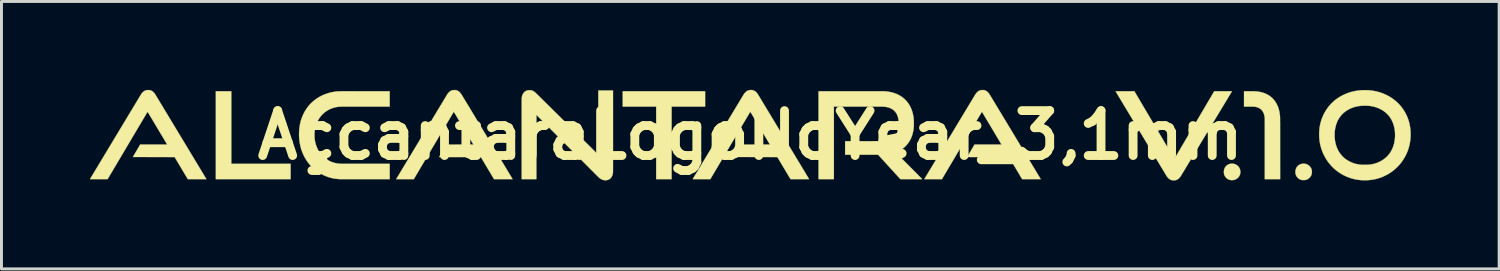
<source format=kicad_pcb>
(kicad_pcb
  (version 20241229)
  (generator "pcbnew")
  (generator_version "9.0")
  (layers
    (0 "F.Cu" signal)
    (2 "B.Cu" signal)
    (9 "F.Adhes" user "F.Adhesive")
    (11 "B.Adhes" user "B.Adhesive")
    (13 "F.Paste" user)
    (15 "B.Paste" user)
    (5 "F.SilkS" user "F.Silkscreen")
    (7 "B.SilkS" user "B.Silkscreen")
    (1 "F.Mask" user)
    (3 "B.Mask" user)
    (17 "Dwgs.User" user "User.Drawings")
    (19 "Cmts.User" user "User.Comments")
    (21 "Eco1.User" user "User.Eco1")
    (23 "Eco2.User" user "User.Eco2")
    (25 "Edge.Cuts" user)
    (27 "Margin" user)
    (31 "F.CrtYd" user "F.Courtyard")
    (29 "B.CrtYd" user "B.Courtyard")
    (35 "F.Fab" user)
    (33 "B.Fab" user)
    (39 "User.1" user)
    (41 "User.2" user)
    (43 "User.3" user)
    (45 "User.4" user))
  (footprint "AçcantaraLogoNoYear_3,1mm"
    (layer "F.Cu")
    (at 22.411 1.538)
    (property "Reference" "AçcantaraLogoNoYear_3,1mm" (at 0 0 0) (layer "F.SilkS") (effects (font (size 1.524 1.524) (thickness 0.3))))
    (attr through_hole)
    (fp_poly (pts (xy -17.613 0.971) (xy -15.6 0.971) (xy -15.6 1.491) (xy -18.136 1.491) (xy -18.136 -1.491) (xy -17.613 -1.491) (xy -17.613 0.971)) (stroke (width 0.01) (type solid)) (fill yes) (layer "F.SilkS"))
    (fp_poly (pts (xy -1.534 -0.971) (xy -2.103 -0.971) (xy -2.671 -0.97) (xy -2.671 0.26) (xy -2.671 1.491) (xy -3.193 1.491) (xy -3.193 -0.971) (xy -4.328 -0.971) (xy -4.328 -1.491) (xy -1.534 -1.491) (xy -1.534 -0.971)) (stroke (width 0.01) (type solid)) (fill yes) (layer "F.SilkS"))
    (fp_poly (pts (xy 16.378 0.968) (xy 16.408 0.973) (xy 16.434 0.979) (xy 16.46 0.989) (xy 16.484 1) (xy 16.507 1.015) (xy 16.529 1.031) (xy 16.549 1.049) (xy 16.568 1.069) (xy 16.584 1.091) (xy 16.598 1.114) (xy 16.609 1.138) (xy 16.615 1.153) (xy 16.622 1.18) (xy 16.627 1.208) (xy 16.629 1.236) (xy 16.629 1.265) (xy 16.626 1.293) (xy 16.62 1.321) (xy 16.616 1.336) (xy 16.612 1.346) (xy 16.607 1.359) (xy 16.6 1.372) (xy 16.594 1.385) (xy 16.587 1.396) (xy 16.581 1.406) (xy 16.573 1.416) (xy 16.563 1.427) (xy 16.553 1.438) (xy 16.542 1.449) (xy 16.532 1.458) (xy 16.53 1.46) (xy 16.507 1.477) (xy 16.483 1.492) (xy 16.457 1.504) (xy 16.43 1.513) (xy 16.401 1.52) (xy 16.389 1.522) (xy 16.38 1.523) (xy 16.369 1.523) (xy 16.356 1.524) (xy 16.343 1.524) (xy 16.33 1.524) (xy 16.317 1.523) (xy 16.307 1.522) (xy 16.301 1.522) (xy 16.273 1.516) (xy 16.246 1.508) (xy 16.22 1.497) (xy 16.196 1.484) (xy 16.174 1.468) (xy 16.153 1.449) (xy 16.151 1.447) (xy 16.131 1.426) (xy 16.115 1.403) (xy 16.1 1.379) (xy 16.089 1.353) (xy 16.08 1.326) (xy 16.074 1.298) (xy 16.071 1.269) (xy 16.071 1.266) (xy 16.071 1.235) (xy 16.073 1.205) (xy 16.078 1.176) (xy 16.085 1.149) (xy 16.095 1.123) (xy 16.108 1.098) (xy 16.124 1.075) (xy 16.142 1.054) (xy 16.162 1.033) (xy 16.169 1.027) (xy 16.191 1.011) (xy 16.214 0.997) (xy 16.239 0.986) (xy 16.265 0.977) (xy 16.292 0.971) (xy 16.32 0.968) (xy 16.349 0.967) (xy 16.378 0.968)) (stroke (width 0.01) (type solid)) (fill yes) (layer "F.SilkS"))
    (fp_poly (pts (xy 18.799 0.968) (xy 18.828 0.971) (xy 18.836 0.973) (xy 18.862 0.979) (xy 18.888 0.989) (xy 18.912 1) (xy 18.935 1.014) (xy 18.957 1.031) (xy 18.977 1.049) (xy 18.995 1.069) (xy 19.012 1.09) (xy 19.026 1.113) (xy 19.037 1.137) (xy 19.043 1.154) (xy 19.051 1.181) (xy 19.055 1.209) (xy 19.057 1.238) (xy 19.057 1.267) (xy 19.053 1.295) (xy 19.047 1.323) (xy 19.044 1.336) (xy 19.04 1.346) (xy 19.035 1.359) (xy 19.028 1.372) (xy 19.022 1.385) (xy 19.015 1.396) (xy 19.009 1.406) (xy 19.001 1.416) (xy 18.991 1.427) (xy 18.981 1.438) (xy 18.97 1.449) (xy 18.96 1.458) (xy 18.958 1.46) (xy 18.935 1.477) (xy 18.911 1.492) (xy 18.885 1.504) (xy 18.857 1.513) (xy 18.835 1.519) (xy 18.829 1.52) (xy 18.823 1.521) (xy 18.817 1.522) (xy 18.811 1.522) (xy 18.804 1.523) (xy 18.795 1.523) (xy 18.784 1.523) (xy 18.78 1.523) (xy 18.765 1.523) (xy 18.753 1.523) (xy 18.744 1.523) (xy 18.736 1.523) (xy 18.729 1.522) (xy 18.729 1.522) (xy 18.7 1.516) (xy 18.673 1.508) (xy 18.648 1.497) (xy 18.624 1.484) (xy 18.602 1.468) (xy 18.582 1.45) (xy 18.562 1.429) (xy 18.545 1.406) (xy 18.53 1.382) (xy 18.518 1.357) (xy 18.509 1.33) (xy 18.503 1.302) (xy 18.5 1.285) (xy 18.499 1.276) (xy 18.499 1.265) (xy 18.499 1.252) (xy 18.499 1.239) (xy 18.499 1.226) (xy 18.5 1.214) (xy 18.501 1.204) (xy 18.501 1.201) (xy 18.506 1.173) (xy 18.514 1.147) (xy 18.524 1.122) (xy 18.537 1.098) (xy 18.549 1.079) (xy 18.556 1.07) (xy 18.564 1.06) (xy 18.574 1.05) (xy 18.585 1.039) (xy 18.595 1.03) (xy 18.605 1.021) (xy 18.612 1.016) (xy 18.635 1.001) (xy 18.66 0.989) (xy 18.686 0.98) (xy 18.713 0.973) (xy 18.741 0.968) (xy 18.769 0.967) (xy 18.799 0.968)) (stroke (width 0.01) (type solid)) (fill yes) (layer "F.SilkS"))
    (fp_poly (pts (xy 16.926 -1.491) (xy 16.956 -1.491) (xy 16.984 -1.491) (xy 17.009 -1.491) (xy 17.032 -1.491) (xy 17.053 -1.491) (xy 17.072 -1.49) (xy 17.089 -1.49) (xy 17.105 -1.49) (xy 17.119 -1.489) (xy 17.132 -1.489) (xy 17.144 -1.488) (xy 17.156 -1.487) (xy 17.167 -1.487) (xy 17.178 -1.486) (xy 17.188 -1.485) (xy 17.199 -1.483) (xy 17.21 -1.482) (xy 17.222 -1.48) (xy 17.232 -1.479) (xy 17.284 -1.47) (xy 17.334 -1.46) (xy 17.383 -1.447) (xy 17.43 -1.431) (xy 17.476 -1.414) (xy 17.519 -1.394) (xy 17.561 -1.372) (xy 17.601 -1.348) (xy 17.639 -1.322) (xy 17.641 -1.32) (xy 17.658 -1.307) (xy 17.677 -1.291) (xy 17.695 -1.275) (xy 17.714 -1.257) (xy 17.732 -1.24) (xy 17.748 -1.222) (xy 17.763 -1.206) (xy 17.768 -1.2) (xy 17.798 -1.162) (xy 17.825 -1.122) (xy 17.85 -1.081) (xy 17.873 -1.038) (xy 17.894 -0.993) (xy 17.912 -0.946) (xy 17.928 -0.897) (xy 17.942 -0.847) (xy 17.953 -0.794) (xy 17.963 -0.74) (xy 17.969 -0.696) (xy 17.969 -0.691) (xy 17.97 -0.687) (xy 17.971 -0.683) (xy 17.971 -0.679) (xy 17.971 -0.676) (xy 17.972 -0.672) (xy 17.972 -0.668) (xy 17.973 -0.665) (xy 17.973 -0.661) (xy 17.974 -0.657) (xy 17.974 -0.653) (xy 17.974 -0.649) (xy 17.975 -0.644) (xy 17.975 -0.639) (xy 17.975 -0.633) (xy 17.975 -0.626) (xy 17.976 -0.619) (xy 17.976 -0.611) (xy 17.976 -0.603) (xy 17.976 -0.594) (xy 17.976 -0.583) (xy 17.977 -0.572) (xy 17.977 -0.559) (xy 17.977 -0.546) (xy 17.977 -0.531) (xy 17.977 -0.515) (xy 17.977 -0.498) (xy 17.977 -0.479) (xy 17.977 -0.459) (xy 17.978 -0.437) (xy 17.978 -0.414) (xy 17.978 -0.389) (xy 17.978 -0.362) (xy 17.978 -0.333) (xy 17.978 -0.303) (xy 17.978 -0.27) (xy 17.978 -0.236) (xy 17.978 -0.199) (xy 17.978 -0.16) (xy 17.978 -0.119) (xy 17.978 -0.076) (xy 17.978 -0.031) (xy 17.978 0.017) (xy 17.978 0.068) (xy 17.978 0.121) (xy 17.978 0.177) (xy 17.978 0.235) (xy 17.978 0.296) (xy 17.978 0.36) (xy 17.978 0.427) (xy 17.978 0.443) (xy 17.979 1.491) (xy 17.46 1.491) (xy 17.46 0.468) (xy 17.46 0.394) (xy 17.46 0.322) (xy 17.46 0.253) (xy 17.46 0.187) (xy 17.46 0.124) (xy 17.46 0.063) (xy 17.46 0.005) (xy 17.46 -0.051) (xy 17.46 -0.104) (xy 17.46 -0.154) (xy 17.46 -0.201) (xy 17.46 -0.246) (xy 17.46 -0.288) (xy 17.46 -0.327) (xy 17.46 -0.363) (xy 17.46 -0.397) (xy 17.46 -0.427) (xy 17.46 -0.455) (xy 17.459 -0.48) (xy 17.459 -0.502) (xy 17.459 -0.521) (xy 17.459 -0.538) (xy 17.459 -0.551) (xy 17.459 -0.561) (xy 17.459 -0.569) (xy 17.459 -0.573) (xy 17.459 -0.575) (xy 17.455 -0.615) (xy 17.448 -0.653) (xy 17.44 -0.688) (xy 17.43 -0.722) (xy 17.418 -0.753) (xy 17.404 -0.782) (xy 17.4 -0.79) (xy 17.382 -0.818) (xy 17.363 -0.843) (xy 17.342 -0.866) (xy 17.318 -0.887) (xy 17.293 -0.905) (xy 17.266 -0.921) (xy 17.238 -0.935) (xy 17.207 -0.947) (xy 17.174 -0.956) (xy 17.139 -0.963) (xy 17.12 -0.966) (xy 17.113 -0.967) (xy 17.106 -0.967) (xy 17.099 -0.968) (xy 17.091 -0.969) (xy 17.082 -0.969) (xy 17.072 -0.97) (xy 17.061 -0.97) (xy 17.048 -0.97) (xy 17.034 -0.971) (xy 17.018 -0.971) (xy 17 -0.971) (xy 16.98 -0.971) (xy 16.957 -0.971) (xy 16.932 -0.971) (xy 16.905 -0.971) (xy 16.903 -0.971) (xy 16.754 -0.971) (xy 16.754 -1.491) (xy 16.926 -1.491)) (stroke (width 0.01) (type solid)) (fill yes) (layer "F.SilkS"))
    (fp_poly (pts (xy 0.036 -1.533) (xy 0.063 -1.53) (xy 0.089 -1.525) (xy 0.106 -1.519) (xy 0.127 -1.511) (xy 0.147 -1.5) (xy 0.167 -1.487) (xy 0.187 -1.471) (xy 0.206 -1.453) (xy 0.224 -1.432) (xy 0.242 -1.41) (xy 0.251 -1.397) (xy 0.252 -1.395) (xy 0.255 -1.391) (xy 0.259 -1.384) (xy 0.264 -1.375) (xy 0.271 -1.364) (xy 0.279 -1.35) (xy 0.289 -1.335) (xy 0.3 -1.317) (xy 0.312 -1.297) (xy 0.325 -1.275) (xy 0.339 -1.251) (xy 0.355 -1.226) (xy 0.371 -1.198) (xy 0.389 -1.169) (xy 0.408 -1.138) (xy 0.427 -1.106) (xy 0.448 -1.072) (xy 0.469 -1.036) (xy 0.492 -0.999) (xy 0.515 -0.961) (xy 0.539 -0.921) (xy 0.563 -0.881) (xy 0.589 -0.839) (xy 0.615 -0.795) (xy 0.642 -0.751) (xy 0.669 -0.706) (xy 0.697 -0.66) (xy 0.725 -0.613) (xy 0.754 -0.565) (xy 0.783 -0.517) (xy 0.813 -0.467) (xy 0.843 -0.417) (xy 0.874 -0.367) (xy 0.904 -0.316) (xy 0.935 -0.265) (xy 0.967 -0.213) (xy 0.998 -0.161) (xy 1.029 -0.109) (xy 1.061 -0.056) (xy 1.093 -0.004) (xy 1.125 0.049) (xy 1.156 0.101) (xy 1.188 0.154) (xy 1.22 0.206) (xy 1.251 0.259) (xy 1.283 0.311) (xy 1.314 0.362) (xy 1.345 0.414) (xy 1.376 0.465) (xy 1.406 0.515) (xy 1.436 0.565) (xy 1.466 0.614) (xy 1.495 0.662) (xy 1.524 0.71) (xy 1.552 0.757) (xy 1.58 0.803) (xy 1.607 0.848) (xy 1.634 0.892) (xy 1.66 0.935) (xy 1.685 0.977) (xy 1.71 1.018) (xy 1.734 1.058) (xy 1.757 1.096) (xy 1.779 1.133) (xy 1.8 1.168) (xy 1.821 1.202) (xy 1.84 1.234) (xy 1.859 1.265) (xy 1.876 1.294) (xy 1.893 1.322) (xy 1.908 1.347) (xy 1.922 1.371) (xy 1.936 1.392) (xy 1.947 1.412) (xy 1.958 1.43) (xy 1.967 1.445) (xy 1.975 1.459) (xy 1.982 1.47) (xy 1.987 1.479) (xy 1.991 1.485) (xy 1.994 1.489) (xy 1.995 1.491) (xy 1.995 1.491) (xy 1.993 1.491) (xy 1.989 1.491) (xy 1.982 1.491) (xy 1.972 1.491) (xy 1.96 1.491) (xy 1.946 1.491) (xy 1.929 1.491) (xy 1.911 1.491) (xy 1.89 1.491) (xy 1.868 1.491) (xy 1.844 1.491) (xy 1.819 1.491) (xy 1.793 1.491) (xy 1.765 1.491) (xy 1.736 1.491) (xy 1.706 1.491) (xy 1.68 1.491) (xy 1.365 1.49) (xy 1.142 1.116) (xy 0.918 0.741) (xy -0.498 0.74) (xy -0.375 0.53) (xy -0.251 0.319) (xy 0.207 0.318) (xy 0.666 0.318) (xy 0.334 -0.24) (xy 0.311 -0.278) (xy 0.289 -0.315) (xy 0.267 -0.351) (xy 0.246 -0.387) (xy 0.225 -0.421) (xy 0.205 -0.455) (xy 0.186 -0.487) (xy 0.167 -0.519) (xy 0.149 -0.549) (xy 0.132 -0.578) (xy 0.115 -0.605) (xy 0.1 -0.631) (xy 0.085 -0.656) (xy 0.072 -0.678) (xy 0.059 -0.699) (xy 0.048 -0.719) (xy 0.037 -0.736) (xy 0.028 -0.751) (xy 0.02 -0.765) (xy 0.013 -0.776) (xy 0.008 -0.785) (xy 0.004 -0.792) (xy 0.001 -0.796) (xy 0.000048 -0.798) (xy 0 -0.798) (xy -0.001 -0.796) (xy -0.003 -0.793) (xy -0.007 -0.786) (xy -0.012 -0.778) (xy -0.019 -0.767) (xy -0.026 -0.754) (xy -0.036 -0.738) (xy -0.046 -0.72) (xy -0.058 -0.701) (xy -0.071 -0.679) (xy -0.085 -0.655) (xy -0.1 -0.629) (xy -0.117 -0.602) (xy -0.134 -0.572) (xy -0.153 -0.541) (xy -0.172 -0.508) (xy -0.193 -0.473) (xy -0.214 -0.437) (xy -0.237 -0.4) (xy -0.26 -0.36) (xy -0.284 -0.32) (xy -0.309 -0.278) (xy -0.334 -0.235) (xy -0.361 -0.19) (xy -0.388 -0.145) (xy -0.416 -0.098) (xy -0.444 -0.05) (xy -0.473 -0.001) (xy -0.503 0.049) (xy -0.533 0.1) (xy -0.563 0.151) (xy -0.594 0.204) (xy -0.626 0.257) (xy -0.658 0.31) (xy -0.679 0.347) (xy -1.357 1.491) (xy -1.954 1.491) (xy -1.937 1.463) (xy -1.936 1.461) (xy -1.933 1.456) (xy -1.928 1.448) (xy -1.922 1.438) (xy -1.915 1.426) (xy -1.906 1.412) (xy -1.896 1.395) (xy -1.885 1.376) (xy -1.872 1.355) (xy -1.858 1.332) (xy -1.843 1.307) (xy -1.827 1.28) (xy -1.809 1.251) (xy -1.791 1.22) (xy -1.771 1.187) (xy -1.75 1.152) (xy -1.728 1.116) (xy -1.706 1.078) (xy -1.682 1.039) (xy -1.657 0.998) (xy -1.632 0.955) (xy -1.605 0.911) (xy -1.578 0.866) (xy -1.55 0.819) (xy -1.521 0.771) (xy -1.491 0.722) (xy -1.461 0.672) (xy -1.43 0.62) (xy -1.398 0.568) (xy -1.366 0.514) (xy -1.333 0.46) (xy -1.3 0.404) (xy -1.266 0.348) (xy -1.231 0.291) (xy -1.197 0.233) (xy -1.161 0.174) (xy -1.126 0.115) (xy -1.09 0.055) (xy -1.077 0.034) (xy -1.04 -0.026) (xy -1.005 -0.086) (xy -0.969 -0.144) (xy -0.934 -0.202) (xy -0.9 -0.26) (xy -0.866 -0.316) (xy -0.833 -0.371) (xy -0.8 -0.426) (xy -0.767 -0.48) (xy -0.736 -0.532) (xy -0.705 -0.584) (xy -0.674 -0.635) (xy -0.644 -0.684) (xy -0.616 -0.732) (xy -0.587 -0.779) (xy -0.56 -0.824) (xy -0.533 -0.868) (xy -0.508 -0.911) (xy -0.483 -0.952) (xy -0.459 -0.992) (xy -0.436 -1.03) (xy -0.414 -1.066) (xy -0.393 -1.101) (xy -0.374 -1.133) (xy -0.355 -1.165) (xy -0.337 -1.194) (xy -0.321 -1.221) (xy -0.306 -1.247) (xy -0.291 -1.27) (xy -0.279 -1.291) (xy -0.267 -1.31) (xy -0.257 -1.327) (xy -0.248 -1.342) (xy -0.24 -1.355) (xy -0.234 -1.365) (xy -0.23 -1.373) (xy -0.226 -1.378) (xy -0.225 -1.381) (xy -0.224 -1.381) (xy -0.211 -1.402) (xy -0.196 -1.421) (xy -0.18 -1.44) (xy -0.163 -1.457) (xy -0.145 -1.473) (xy -0.128 -1.487) (xy -0.11 -1.499) (xy -0.093 -1.508) (xy -0.093 -1.508) (xy -0.069 -1.518) (xy -0.044 -1.525) (xy -0.018 -1.53) (xy 0.009 -1.533) (xy 0.036 -1.533)) (stroke (width 0.01) (type solid)) (fill yes) (layer "F.SilkS"))
    (fp_poly (pts (xy -12.238 -0.971) (xy -13.078 -0.971) (xy -13.139 -0.971) (xy -13.196 -0.971) (xy -13.251 -0.971) (xy -13.302 -0.971) (xy -13.351 -0.971) (xy -13.398 -0.971) (xy -13.442 -0.971) (xy -13.483 -0.97) (xy -13.522 -0.97) (xy -13.559 -0.97) (xy -13.593 -0.97) (xy -13.626 -0.97) (xy -13.656 -0.97) (xy -13.684 -0.97) (xy -13.71 -0.97) (xy -13.734 -0.97) (xy -13.757 -0.97) (xy -13.778 -0.97) (xy -13.797 -0.97) (xy -13.815 -0.97) (xy -13.831 -0.97) (xy -13.845 -0.97) (xy -13.859 -0.97) (xy -13.871 -0.97) (xy -13.881 -0.969) (xy -13.891 -0.969) (xy -13.9 -0.969) (xy -13.907 -0.969) (xy -13.914 -0.969) (xy -13.92 -0.969) (xy -13.925 -0.969) (xy -13.929 -0.969) (xy -13.933 -0.968) (xy -13.936 -0.968) (xy -13.939 -0.968) (xy -13.941 -0.968) (xy -13.944 -0.968) (xy -13.944 -0.968) (xy -13.976 -0.964) (xy -14.006 -0.961) (xy -14.035 -0.956) (xy -14.061 -0.951) (xy -14.087 -0.946) (xy -14.113 -0.939) (xy -14.139 -0.932) (xy -14.166 -0.923) (xy -14.17 -0.922) (xy -14.219 -0.904) (xy -14.266 -0.884) (xy -14.311 -0.861) (xy -14.355 -0.836) (xy -14.397 -0.809) (xy -14.438 -0.779) (xy -14.477 -0.747) (xy -14.513 -0.713) (xy -14.548 -0.677) (xy -14.574 -0.647) (xy -14.605 -0.606) (xy -14.634 -0.564) (xy -14.661 -0.519) (xy -14.686 -0.473) (xy -14.708 -0.426) (xy -14.727 -0.377) (xy -14.744 -0.327) (xy -14.757 -0.283) (xy -14.768 -0.234) (xy -14.777 -0.184) (xy -14.784 -0.132) (xy -14.788 -0.08) (xy -14.79 -0.027) (xy -14.79 0.027) (xy -14.787 0.08) (xy -14.782 0.132) (xy -14.775 0.184) (xy -14.77 0.21) (xy -14.759 0.261) (xy -14.745 0.312) (xy -14.728 0.362) (xy -14.709 0.411) (xy -14.688 0.458) (xy -14.664 0.504) (xy -14.638 0.549) (xy -14.61 0.591) (xy -14.581 0.631) (xy -14.564 0.651) (xy -14.53 0.69) (xy -14.495 0.725) (xy -14.457 0.759) (xy -14.417 0.79) (xy -14.375 0.82) (xy -14.332 0.847) (xy -14.286 0.871) (xy -14.285 0.872) (xy -14.241 0.893) (xy -14.197 0.911) (xy -14.152 0.927) (xy -14.107 0.94) (xy -14.061 0.951) (xy -14.013 0.959) (xy -13.965 0.965) (xy -13.914 0.969) (xy -13.906 0.97) (xy -13.902 0.97) (xy -13.895 0.97) (xy -13.885 0.97) (xy -13.872 0.97) (xy -13.856 0.97) (xy -13.838 0.97) (xy -13.816 0.97) (xy -13.792 0.97) (xy -13.765 0.971) (xy -13.735 0.971) (xy -13.703 0.971) (xy -13.668 0.971) (xy -13.63 0.971) (xy -13.59 0.971) (xy -13.547 0.971) (xy -13.502 0.971) (xy -13.454 0.971) (xy -13.403 0.971) (xy -13.35 0.971) (xy -13.295 0.971) (xy -13.237 0.971) (xy -13.177 0.971) (xy -13.115 0.971) (xy -13.056 0.971) (xy -12.238 0.971) (xy -12.238 1.491) (xy -13.083 1.491) (xy -13.133 1.491) (xy -13.183 1.491) (xy -13.232 1.491) (xy -13.28 1.491) (xy -13.327 1.491) (xy -13.373 1.491) (xy -13.418 1.491) (xy -13.461 1.491) (xy -13.504 1.491) (xy -13.545 1.491) (xy -13.584 1.491) (xy -13.622 1.49) (xy -13.659 1.49) (xy -13.693 1.49) (xy -13.726 1.49) (xy -13.757 1.49) (xy -13.786 1.49) (xy -13.813 1.49) (xy -13.838 1.49) (xy -13.86 1.49) (xy -13.881 1.49) (xy -13.898 1.49) (xy -13.914 1.49) (xy -13.926 1.49) (xy -13.936 1.49) (xy -13.944 1.49) (xy -13.948 1.49) (xy -13.949 1.489) (xy -14.008 1.485) (xy -14.066 1.478) (xy -14.124 1.469) (xy -14.182 1.458) (xy -14.238 1.445) (xy -14.292 1.429) (xy -14.345 1.412) (xy -14.348 1.411) (xy -14.409 1.387) (xy -14.468 1.361) (xy -14.527 1.332) (xy -14.584 1.301) (xy -14.64 1.267) (xy -14.694 1.23) (xy -14.747 1.191) (xy -14.798 1.15) (xy -14.814 1.136) (xy -14.822 1.13) (xy -14.831 1.121) (xy -14.841 1.111) (xy -14.852 1.1) (xy -14.864 1.088) (xy -14.877 1.076) (xy -14.889 1.064) (xy -14.901 1.051) (xy -14.912 1.04) (xy -14.923 1.029) (xy -14.932 1.02) (xy -14.939 1.012) (xy -14.94 1.01) (xy -14.982 0.96) (xy -15.022 0.908) (xy -15.059 0.854) (xy -15.093 0.799) (xy -15.126 0.741) (xy -15.156 0.683) (xy -15.183 0.623) (xy -15.208 0.561) (xy -15.23 0.498) (xy -15.25 0.434) (xy -15.267 0.369) (xy -15.281 0.302) (xy -15.291 0.246) (xy -15.3 0.181) (xy -15.307 0.115) (xy -15.311 0.048) (xy -15.313 -0.02) (xy -15.312 -0.088) (xy -15.308 -0.155) (xy -15.303 -0.222) (xy -15.294 -0.288) (xy -15.284 -0.353) (xy -15.279 -0.379) (xy -15.265 -0.439) (xy -15.249 -0.499) (xy -15.23 -0.559) (xy -15.208 -0.617) (xy -15.184 -0.675) (xy -15.158 -0.731) (xy -15.13 -0.786) (xy -15.099 -0.839) (xy -15.066 -0.89) (xy -15.032 -0.939) (xy -15.027 -0.947) (xy -14.989 -0.994) (xy -14.948 -1.041) (xy -14.906 -1.085) (xy -14.861 -1.127) (xy -14.815 -1.167) (xy -14.766 -1.205) (xy -14.715 -1.241) (xy -14.663 -1.275) (xy -14.609 -1.307) (xy -14.553 -1.336) (xy -14.496 -1.363) (xy -14.437 -1.388) (xy -14.377 -1.409) (xy -14.369 -1.412) (xy -14.326 -1.426) (xy -14.285 -1.438) (xy -14.245 -1.448) (xy -14.204 -1.457) (xy -14.162 -1.465) (xy -14.143 -1.469) (xy -14.127 -1.471) (xy -14.112 -1.474) (xy -14.098 -1.476) (xy -14.083 -1.478) (xy -14.068 -1.48) (xy -14.052 -1.481) (xy -14.034 -1.483) (xy -14.014 -1.485) (xy -13.992 -1.487) (xy -13.977 -1.488) (xy -13.975 -1.489) (xy -13.971 -1.489) (xy -13.966 -1.489) (xy -13.959 -1.489) (xy -13.951 -1.489) (xy -13.94 -1.489) (xy -13.928 -1.489) (xy -13.915 -1.489) (xy -13.899 -1.489) (xy -13.881 -1.49) (xy -13.862 -1.49) (xy -13.84 -1.49) (xy -13.816 -1.49) (xy -13.791 -1.49) (xy -13.763 -1.49) (xy -13.732 -1.49) (xy -13.7 -1.49) (xy -13.665 -1.49) (xy -13.628 -1.49) (xy -13.588 -1.49) (xy -13.546 -1.49) (xy -13.501 -1.49) (xy -13.454 -1.49) (xy -13.404 -1.49) (xy -13.351 -1.491) (xy -13.296 -1.491) (xy -13.238 -1.491) (xy -13.176 -1.491) (xy -13.112 -1.491) (xy -13.098 -1.491) (xy -12.238 -1.491) (xy -12.238 -0.971)) (stroke (width 0.01) (type solid)) (fill yes) (layer "F.SilkS"))
    (fp_poly (pts (xy 3.42 -1.491) (xy 3.498 -1.491) (xy 3.574 -1.491) (xy 3.647 -1.491) (xy 3.717 -1.491) (xy 3.784 -1.491) (xy 3.849 -1.491) (xy 3.911 -1.491) (xy 3.97 -1.491) (xy 4.026 -1.491) (xy 4.08 -1.491) (xy 4.13 -1.491) (xy 4.178 -1.491) (xy 4.223 -1.491) (xy 4.265 -1.491) (xy 4.305 -1.491) (xy 4.341 -1.491) (xy 4.374 -1.491) (xy 4.405 -1.49) (xy 4.433 -1.49) (xy 4.458 -1.49) (xy 4.479 -1.49) (xy 4.498 -1.49) (xy 4.514 -1.49) (xy 4.528 -1.49) (xy 4.538 -1.49) (xy 4.545 -1.49) (xy 4.549 -1.49) (xy 4.55 -1.49) (xy 4.611 -1.485) (xy 4.672 -1.478) (xy 4.73 -1.468) (xy 4.787 -1.457) (xy 4.842 -1.442) (xy 4.895 -1.425) (xy 4.947 -1.406) (xy 4.996 -1.385) (xy 5.044 -1.361) (xy 5.091 -1.334) (xy 5.135 -1.305) (xy 5.178 -1.274) (xy 5.207 -1.251) (xy 5.216 -1.243) (xy 5.227 -1.233) (xy 5.239 -1.221) (xy 5.251 -1.209) (xy 5.264 -1.197) (xy 5.276 -1.184) (xy 5.288 -1.172) (xy 5.298 -1.161) (xy 5.306 -1.152) (xy 5.308 -1.149) (xy 5.341 -1.108) (xy 5.372 -1.064) (xy 5.4 -1.019) (xy 5.426 -0.972) (xy 5.45 -0.923) (xy 5.471 -0.873) (xy 5.489 -0.821) (xy 5.506 -0.767) (xy 5.519 -0.711) (xy 5.531 -0.653) (xy 5.54 -0.594) (xy 5.542 -0.572) (xy 5.544 -0.558) (xy 5.545 -0.545) (xy 5.546 -0.533) (xy 5.547 -0.521) (xy 5.548 -0.509) (xy 5.549 -0.496) (xy 5.549 -0.483) (xy 5.549 -0.469) (xy 5.55 -0.453) (xy 5.55 -0.435) (xy 5.55 -0.415) (xy 5.55 -0.406) (xy 5.55 -0.386) (xy 5.55 -0.368) (xy 5.55 -0.353) (xy 5.55 -0.339) (xy 5.549 -0.327) (xy 5.549 -0.316) (xy 5.548 -0.305) (xy 5.548 -0.295) (xy 5.547 -0.284) (xy 5.546 -0.273) (xy 5.545 -0.26) (xy 5.544 -0.25) (xy 5.537 -0.192) (xy 5.527 -0.135) (xy 5.515 -0.08) (xy 5.501 -0.026) (xy 5.484 0.025) (xy 5.465 0.075) (xy 5.444 0.123) (xy 5.42 0.17) (xy 5.393 0.214) (xy 5.364 0.257) (xy 5.333 0.299) (xy 5.299 0.338) (xy 5.263 0.376) (xy 5.26 0.38) (xy 5.222 0.414) (xy 5.183 0.447) (xy 5.142 0.477) (xy 5.099 0.505) (xy 5.054 0.53) (xy 5.007 0.554) (xy 4.957 0.576) (xy 4.952 0.578) (xy 4.946 0.58) (xy 4.94 0.583) (xy 4.937 0.585) (xy 4.935 0.586) (xy 4.935 0.586) (xy 4.936 0.587) (xy 4.94 0.59) (xy 4.945 0.595) (xy 4.952 0.602) (xy 4.96 0.611) (xy 4.971 0.622) (xy 4.983 0.634) (xy 4.997 0.648) (xy 5.013 0.664) (xy 5.03 0.681) (xy 5.048 0.699) (xy 5.068 0.719) (xy 5.089 0.74) (xy 5.111 0.763) (xy 5.134 0.786) (xy 5.159 0.811) (xy 5.184 0.837) (xy 5.21 0.863) (xy 5.238 0.891) (xy 5.266 0.919) (xy 5.295 0.948) (xy 5.324 0.977) (xy 5.354 1.008) (xy 5.381 1.035) (xy 5.411 1.065) (xy 5.441 1.096) (xy 5.471 1.125) (xy 5.5 1.154) (xy 5.528 1.182) (xy 5.555 1.21) (xy 5.581 1.236) (xy 5.607 1.262) (xy 5.631 1.287) (xy 5.655 1.31) (xy 5.677 1.332) (xy 5.698 1.354) (xy 5.717 1.373) (xy 5.736 1.392) (xy 5.753 1.409) (xy 5.768 1.425) (xy 5.782 1.439) (xy 5.794 1.451) (xy 5.805 1.462) (xy 5.814 1.47) (xy 5.821 1.478) (xy 5.826 1.483) (xy 5.829 1.486) (xy 5.83 1.487) (xy 5.833 1.491) (xy 5.094 1.491) (xy 4.716 1.077) (xy 4.338 0.663) (xy 3.778 0.663) (xy 3.218 0.663) (xy 3.218 0.203) (xy 3.872 0.203) (xy 3.928 0.203) (xy 3.98 0.203) (xy 4.03 0.203) (xy 4.077 0.203) (xy 4.121 0.203) (xy 4.162 0.202) (xy 4.201 0.202) (xy 4.237 0.202) (xy 4.271 0.202) (xy 4.303 0.202) (xy 4.332 0.202) (xy 4.359 0.202) (xy 4.384 0.202) (xy 4.407 0.202) (xy 4.428 0.202) (xy 4.446 0.202) (xy 4.463 0.202) (xy 4.478 0.202) (xy 4.492 0.201) (xy 4.504 0.201) (xy 4.514 0.201) (xy 4.522 0.201) (xy 4.529 0.201) (xy 4.535 0.201) (xy 4.539 0.201) (xy 4.543 0.201) (xy 4.544 0.2) (xy 4.585 0.195) (xy 4.624 0.189) (xy 4.66 0.181) (xy 4.695 0.171) (xy 4.727 0.16) (xy 4.757 0.147) (xy 4.786 0.132) (xy 4.813 0.116) (xy 4.838 0.098) (xy 4.866 0.076) (xy 4.891 0.051) (xy 4.915 0.024) (xy 4.937 -0.006) (xy 4.956 -0.037) (xy 4.974 -0.07) (xy 4.989 -0.106) (xy 5.002 -0.143) (xy 5.013 -0.183) (xy 5.022 -0.224) (xy 5.029 -0.267) (xy 5.029 -0.268) (xy 5.031 -0.281) (xy 5.032 -0.293) (xy 5.033 -0.304) (xy 5.034 -0.315) (xy 5.035 -0.326) (xy 5.035 -0.337) (xy 5.036 -0.35) (xy 5.036 -0.364) (xy 5.036 -0.38) (xy 5.036 -0.397) (xy 5.036 -0.416) (xy 5.036 -0.434) (xy 5.035 -0.449) (xy 5.035 -0.462) (xy 5.034 -0.475) (xy 5.033 -0.487) (xy 5.032 -0.499) (xy 5.031 -0.511) (xy 5.029 -0.524) (xy 5.028 -0.532) (xy 5.02 -0.573) (xy 5.011 -0.613) (xy 4.999 -0.65) (xy 4.986 -0.685) (xy 4.97 -0.718) (xy 4.953 -0.749) (xy 4.933 -0.777) (xy 4.911 -0.804) (xy 4.903 -0.813) (xy 4.877 -0.838) (xy 4.849 -0.861) (xy 4.819 -0.882) (xy 4.787 -0.9) (xy 4.754 -0.917) (xy 4.719 -0.931) (xy 4.681 -0.943) (xy 4.642 -0.953) (xy 4.601 -0.96) (xy 4.557 -0.966) (xy 4.512 -0.969) (xy 4.508 -0.97) (xy 4.504 -0.97) (xy 4.497 -0.97) (xy 4.487 -0.97) (xy 4.474 -0.97) (xy 4.458 -0.97) (xy 4.439 -0.97) (xy 4.418 -0.97) (xy 4.393 -0.971) (xy 4.365 -0.971) (xy 4.335 -0.971) (xy 4.302 -0.971) (xy 4.266 -0.971) (xy 4.227 -0.971) (xy 4.185 -0.971) (xy 4.14 -0.971) (xy 4.093 -0.971) (xy 4.043 -0.971) (xy 3.99 -0.971) (xy 3.934 -0.971) (xy 3.876 -0.971) (xy 3.815 -0.971) (xy 3.751 -0.971) (xy 3.685 -0.971) (xy 3.656 -0.971) (xy 2.836 -0.971) (xy 2.836 1.491) (xy 2.317 1.491) (xy 2.317 -1.491) (xy 3.42 -1.491)) (stroke (width 0.01) (type solid)) (fill yes) (layer "F.SilkS"))
    (fp_poly (pts (xy 16.074 -1.491) (xy 16.103 -1.491) (xy 16.131 -1.491) (xy 16.158 -1.491) (xy 16.183 -1.491) (xy 16.208 -1.491) (xy 16.23 -1.491) (xy 16.251 -1.491) (xy 16.271 -1.491) (xy 16.288 -1.491) (xy 16.303 -1.491) (xy 16.316 -1.491) (xy 16.327 -1.491) (xy 16.335 -1.491) (xy 16.341 -1.491) (xy 16.344 -1.49) (xy 16.344 -1.49) (xy 16.343 -1.489) (xy 16.341 -1.485) (xy 16.337 -1.479) (xy 16.332 -1.47) (xy 16.326 -1.46) (xy 16.318 -1.446) (xy 16.308 -1.431) (xy 16.298 -1.414) (xy 16.286 -1.394) (xy 16.273 -1.373) (xy 16.259 -1.349) (xy 16.244 -1.324) (xy 16.227 -1.297) (xy 16.21 -1.268) (xy 16.192 -1.237) (xy 16.172 -1.205) (xy 16.152 -1.171) (xy 16.131 -1.136) (xy 16.108 -1.099) (xy 16.085 -1.061) (xy 16.062 -1.022) (xy 16.037 -0.981) (xy 16.012 -0.939) (xy 15.986 -0.897) (xy 15.959 -0.852) (xy 15.932 -0.807) (xy 15.905 -0.762) (xy 15.876 -0.715) (xy 15.848 -0.667) (xy 15.818 -0.619) (xy 15.789 -0.57) (xy 15.759 -0.52) (xy 15.728 -0.47) (xy 15.698 -0.419) (xy 15.667 -0.368) (xy 15.636 -0.316) (xy 15.604 -0.264) (xy 15.573 -0.212) (xy 15.541 -0.16) (xy 15.51 -0.107) (xy 15.478 -0.055) (xy 15.446 -0.002) (xy 15.415 0.05) (xy 15.383 0.103) (xy 15.351 0.155) (xy 15.32 0.207) (xy 15.289 0.258) (xy 15.258 0.31) (xy 15.227 0.361) (xy 15.197 0.411) (xy 15.167 0.461) (xy 15.137 0.51) (xy 15.108 0.558) (xy 15.079 0.606) (xy 15.051 0.653) (xy 15.023 0.699) (xy 14.996 0.744) (xy 14.969 0.788) (xy 14.943 0.831) (xy 14.918 0.873) (xy 14.893 0.914) (xy 14.869 0.954) (xy 14.846 0.992) (xy 14.824 1.029) (xy 14.802 1.064) (xy 14.782 1.098) (xy 14.762 1.131) (xy 14.744 1.161) (xy 14.726 1.191) (xy 14.71 1.218) (xy 14.694 1.244) (xy 14.68 1.267) (xy 14.667 1.289) (xy 14.655 1.309) (xy 14.644 1.327) (xy 14.635 1.342) (xy 14.627 1.356) (xy 14.62 1.367) (xy 14.614 1.376) (xy 14.61 1.382) (xy 14.608 1.386) (xy 14.607 1.388) (xy 14.598 1.401) (xy 14.587 1.415) (xy 14.575 1.43) (xy 14.563 1.444) (xy 14.55 1.457) (xy 14.537 1.469) (xy 14.525 1.48) (xy 14.519 1.484) (xy 14.498 1.498) (xy 14.476 1.51) (xy 14.454 1.519) (xy 14.431 1.526) (xy 14.415 1.529) (xy 14.405 1.531) (xy 14.393 1.532) (xy 14.38 1.532) (xy 14.366 1.532) (xy 14.353 1.532) (xy 14.341 1.532) (xy 14.334 1.531) (xy 14.309 1.526) (xy 14.284 1.52) (xy 14.261 1.51) (xy 14.239 1.498) (xy 14.218 1.484) (xy 14.197 1.467) (xy 14.178 1.449) (xy 14.166 1.435) (xy 14.154 1.422) (xy 14.144 1.408) (xy 14.136 1.396) (xy 14.134 1.394) (xy 14.132 1.39) (xy 14.128 1.384) (xy 14.122 1.374) (xy 14.115 1.363) (xy 14.107 1.349) (xy 14.098 1.334) (xy 14.087 1.316) (xy 14.075 1.296) (xy 14.061 1.274) (xy 14.047 1.25) (xy 14.032 1.224) (xy 14.015 1.197) (xy 13.997 1.168) (xy 13.979 1.137) (xy 13.959 1.104) (xy 13.938 1.07) (xy 13.917 1.034) (xy 13.895 0.997) (xy 13.871 0.959) (xy 13.847 0.919) (xy 13.823 0.878) (xy 13.797 0.836) (xy 13.771 0.793) (xy 13.745 0.749) (xy 13.717 0.703) (xy 13.689 0.657) (xy 13.661 0.61) (xy 13.632 0.562) (xy 13.603 0.514) (xy 13.573 0.464) (xy 13.543 0.414) (xy 13.513 0.364) (xy 13.482 0.313) (xy 13.451 0.261) (xy 13.42 0.21) (xy 13.388 0.158) (xy 13.357 0.105) (xy 13.325 0.053) (xy 13.294 0.000237) (xy 13.262 -0.052) (xy 13.23 -0.105) (xy 13.198 -0.158) (xy 13.167 -0.21) (xy 13.135 -0.262) (xy 13.104 -0.314) (xy 13.073 -0.366) (xy 13.042 -0.417) (xy 13.011 -0.468) (xy 12.981 -0.519) (xy 12.951 -0.568) (xy 12.921 -0.618) (xy 12.892 -0.666) (xy 12.864 -0.714) (xy 12.835 -0.761) (xy 12.808 -0.807) (xy 12.78 -0.852) (xy 12.754 -0.896) (xy 12.728 -0.939) (xy 12.703 -0.981) (xy 12.678 -1.021) (xy 12.655 -1.061) (xy 12.632 -1.099) (xy 12.61 -1.135) (xy 12.588 -1.171) (xy 12.568 -1.205) (xy 12.549 -1.237) (xy 12.53 -1.267) (xy 12.513 -1.296) (xy 12.497 -1.323) (xy 12.481 -1.349) (xy 12.467 -1.372) (xy 12.454 -1.394) (xy 12.443 -1.413) (xy 12.432 -1.43) (xy 12.423 -1.446) (xy 12.415 -1.459) (xy 12.409 -1.47) (xy 12.404 -1.478) (xy 12.4 -1.484) (xy 12.398 -1.488) (xy 12.397 -1.489) (xy 12.398 -1.489) (xy 12.399 -1.49) (xy 12.402 -1.49) (xy 12.406 -1.49) (xy 12.411 -1.49) (xy 12.418 -1.49) (xy 12.427 -1.49) (xy 12.437 -1.491) (xy 12.449 -1.491) (xy 12.463 -1.491) (xy 12.479 -1.491) (xy 12.497 -1.491) (xy 12.517 -1.491) (xy 12.54 -1.491) (xy 12.565 -1.491) (xy 12.593 -1.491) (xy 12.623 -1.491) (xy 12.656 -1.491) (xy 12.691 -1.491) (xy 12.715 -1.491) (xy 13.034 -1.49) (xy 13.712 -0.343) (xy 13.744 -0.289) (xy 13.775 -0.235) (xy 13.807 -0.182) (xy 13.837 -0.13) (xy 13.868 -0.079) (xy 13.898 -0.028) (xy 13.927 0.021) (xy 13.956 0.07) (xy 13.984 0.118) (xy 14.011 0.164) (xy 14.038 0.21) (xy 14.064 0.254) (xy 14.09 0.297) (xy 14.114 0.338) (xy 14.138 0.379) (xy 14.161 0.417) (xy 14.183 0.455) (xy 14.204 0.49) (xy 14.225 0.524) (xy 14.244 0.557) (xy 14.262 0.588) (xy 14.279 0.617) (xy 14.295 0.644) (xy 14.31 0.669) (xy 14.324 0.692) (xy 14.336 0.713) (xy 14.348 0.732) (xy 14.358 0.749) (xy 14.367 0.764) (xy 14.374 0.777) (xy 14.38 0.787) (xy 14.385 0.795) (xy 14.388 0.801) (xy 14.39 0.804) (xy 14.391 0.804) (xy 14.392 0.803) (xy 14.394 0.799) (xy 14.398 0.793) (xy 14.403 0.784) (xy 14.409 0.773) (xy 14.417 0.76) (xy 14.426 0.745) (xy 14.437 0.727) (xy 14.449 0.707) (xy 14.462 0.685) (xy 14.476 0.661) (xy 14.491 0.636) (xy 14.507 0.608) (xy 14.525 0.579) (xy 14.543 0.547) (xy 14.563 0.514) (xy 14.583 0.48) (xy 14.604 0.443) (xy 14.627 0.406) (xy 14.65 0.366) (xy 14.674 0.326) (xy 14.699 0.284) (xy 14.724 0.241) (xy 14.75 0.196) (xy 14.777 0.15) (xy 14.805 0.103) (xy 14.833 0.055) (xy 14.862 0.006) (xy 14.892 -0.044) (xy 14.922 -0.094) (xy 14.952 -0.146) (xy 14.983 -0.199) (xy 15.014 -0.252) (xy 15.046 -0.306) (xy 15.068 -0.343) (xy 15.744 -1.491) (xy 16.044 -1.491) (xy 16.074 -1.491)) (stroke (width 0.01) (type solid)) (fill yes) (layer "F.SilkS"))
    (fp_poly (pts (xy -7.472 -1.528) (xy -7.464 -1.527) (xy -7.458 -1.527) (xy -7.453 -1.526) (xy -7.447 -1.525) (xy -7.441 -1.524) (xy -7.441 -1.524) (xy -7.416 -1.518) (xy -7.392 -1.51) (xy -7.369 -1.499) (xy -7.347 -1.486) (xy -7.324 -1.471) (xy -7.302 -1.453) (xy -7.3 -1.451) (xy -7.296 -1.447) (xy -7.289 -1.441) (xy -7.281 -1.433) (xy -7.271 -1.423) (xy -7.258 -1.411) (xy -7.244 -1.397) (xy -7.228 -1.381) (xy -7.21 -1.364) (xy -7.19 -1.344) (xy -7.168 -1.323) (xy -7.144 -1.299) (xy -7.119 -1.274) (xy -7.092 -1.247) (xy -7.063 -1.219) (xy -7.032 -1.188) (xy -7 -1.156) (xy -6.966 -1.123) (xy -6.93 -1.088) (xy -6.893 -1.051) (xy -6.854 -1.012) (xy -6.813 -0.972) (xy -6.771 -0.931) (xy -6.728 -0.888) (xy -6.683 -0.843) (xy -6.636 -0.797) (xy -6.588 -0.75) (xy -6.539 -0.701) (xy -6.488 -0.651) (xy -6.436 -0.6) (xy -6.383 -0.547) (xy -6.328 -0.493) (xy -6.272 -0.437) (xy -6.22 -0.386) (xy -5.157 0.666) (xy -5.157 -0.425) (xy -5.156 -1.517) (xy -4.659 -1.517) (xy -4.659 -0.137) (xy -4.659 -0.048) (xy -4.659 0.038) (xy -4.659 0.121) (xy -4.659 0.201) (xy -4.659 0.278) (xy -4.659 0.352) (xy -4.659 0.424) (xy -4.659 0.492) (xy -4.659 0.557) (xy -4.659 0.62) (xy -4.659 0.679) (xy -4.659 0.736) (xy -4.659 0.789) (xy -4.659 0.84) (xy -4.659 0.888) (xy -4.659 0.932) (xy -4.659 0.974) (xy -4.659 1.013) (xy -4.659 1.05) (xy -4.659 1.083) (xy -4.659 1.113) (xy -4.659 1.141) (xy -4.66 1.166) (xy -4.66 1.187) (xy -4.66 1.206) (xy -4.66 1.222) (xy -4.66 1.236) (xy -4.66 1.246) (xy -4.66 1.254) (xy -4.66 1.259) (xy -4.66 1.26) (xy -4.664 1.293) (xy -4.67 1.323) (xy -4.678 1.351) (xy -4.687 1.377) (xy -4.699 1.401) (xy -4.713 1.424) (xy -4.729 1.445) (xy -4.74 1.456) (xy -4.759 1.475) (xy -4.78 1.49) (xy -4.802 1.503) (xy -4.826 1.513) (xy -4.851 1.521) (xy -4.869 1.525) (xy -4.876 1.526) (xy -4.885 1.527) (xy -4.895 1.527) (xy -4.907 1.528) (xy -4.919 1.528) (xy -4.93 1.528) (xy -4.94 1.528) (xy -4.948 1.527) (xy -4.952 1.527) (xy -4.982 1.521) (xy -5.01 1.513) (xy -5.039 1.502) (xy -5.066 1.488) (xy -5.094 1.47) (xy -5.12 1.45) (xy -5.122 1.449) (xy -5.123 1.449) (xy -5.124 1.448) (xy -5.125 1.447) (xy -5.126 1.445) (xy -5.128 1.444) (xy -5.13 1.442) (xy -5.132 1.44) (xy -5.134 1.438) (xy -5.137 1.435) (xy -5.14 1.432) (xy -5.144 1.429) (xy -5.148 1.425) (xy -5.152 1.421) (xy -5.157 1.416) (xy -5.162 1.41) (xy -5.169 1.404) (xy -5.175 1.398) (xy -5.183 1.39) (xy -5.191 1.382) (xy -5.2 1.374) (xy -5.209 1.364) (xy -5.219 1.354) (xy -5.231 1.343) (xy -5.243 1.331) (xy -5.256 1.318) (xy -5.27 1.304) (xy -5.284 1.289) (xy -5.3 1.273) (xy -5.317 1.256) (xy -5.335 1.238) (xy -5.354 1.219) (xy -5.375 1.199) (xy -5.396 1.177) (xy -5.419 1.155) (xy -5.443 1.131) (xy -5.468 1.105) (xy -5.494 1.079) (xy -5.522 1.051) (xy -5.551 1.022) (xy -5.582 0.991) (xy -5.614 0.959) (xy -5.648 0.925) (xy -5.683 0.889) (xy -5.72 0.853) (xy -5.758 0.814) (xy -5.798 0.774) (xy -5.84 0.732) (xy -5.884 0.689) (xy -5.929 0.643) (xy -5.976 0.596) (xy -6.024 0.547) (xy -6.075 0.496) (xy -6.127 0.444) (xy -6.182 0.389) (xy -6.238 0.333) (xy -6.297 0.274) (xy -6.357 0.213) (xy -6.419 0.151) (xy -6.441 0.129) (xy -6.482 0.088) (xy -6.523 0.047) (xy -6.564 0.006) (xy -6.603 -0.034) (xy -6.642 -0.073) (xy -6.681 -0.111) (xy -6.718 -0.149) (xy -6.755 -0.186) (xy -6.791 -0.222) (xy -6.826 -0.257) (xy -6.86 -0.291) (xy -6.893 -0.324) (xy -6.925 -0.356) (xy -6.955 -0.387) (xy -6.985 -0.416) (xy -7.013 -0.445) (xy -7.04 -0.472) (xy -7.066 -0.498) (xy -7.091 -0.522) (xy -7.113 -0.545) (xy -7.135 -0.567) (xy -7.155 -0.586) (xy -7.173 -0.605) (xy -7.19 -0.622) (xy -7.205 -0.637) (xy -7.218 -0.65) (xy -7.23 -0.661) (xy -7.239 -0.671) (xy -7.247 -0.679) (xy -7.253 -0.684) (xy -7.257 -0.688) (xy -7.258 -0.69) (xy -7.258 -0.69) (xy -7.259 -0.689) (xy -7.259 -0.684) (xy -7.259 -0.677) (xy -7.259 -0.667) (xy -7.259 -0.653) (xy -7.259 -0.637) (xy -7.259 -0.618) (xy -7.259 -0.597) (xy -7.259 -0.572) (xy -7.259 -0.545) (xy -7.259 -0.515) (xy -7.259 -0.482) (xy -7.259 -0.447) (xy -7.26 -0.409) (xy -7.26 -0.368) (xy -7.26 -0.325) (xy -7.26 -0.279) (xy -7.26 -0.23) (xy -7.26 -0.179) (xy -7.26 -0.126) (xy -7.26 -0.07) (xy -7.26 -0.011) (xy -7.26 0.05) (xy -7.26 0.113) (xy -7.26 0.179) (xy -7.26 0.247) (xy -7.26 0.318) (xy -7.26 0.39) (xy -7.26 1.491) (xy -7.757 1.491) (xy -7.757 0.117) (xy -7.757 0.04) (xy -7.757 -0.035) (xy -7.757 -0.106) (xy -7.757 -0.175) (xy -7.757 -0.241) (xy -7.757 -0.304) (xy -7.757 -0.364) (xy -7.757 -0.422) (xy -7.757 -0.478) (xy -7.757 -0.531) (xy -7.757 -0.581) (xy -7.757 -0.629) (xy -7.757 -0.675) (xy -7.757 -0.719) (xy -7.757 -0.76) (xy -7.757 -0.8) (xy -7.757 -0.837) (xy -7.757 -0.872) (xy -7.757 -0.905) (xy -7.756 -0.937) (xy -7.756 -0.966) (xy -7.756 -0.994) (xy -7.756 -1.02) (xy -7.756 -1.044) (xy -7.756 -1.067) (xy -7.756 -1.088) (xy -7.756 -1.108) (xy -7.756 -1.126) (xy -7.756 -1.143) (xy -7.756 -1.158) (xy -7.756 -1.172) (xy -7.756 -1.185) (xy -7.756 -1.197) (xy -7.756 -1.208) (xy -7.756 -1.218) (xy -7.756 -1.226) (xy -7.755 -1.234) (xy -7.755 -1.241) (xy -7.755 -1.247) (xy -7.755 -1.252) (xy -7.755 -1.257) (xy -7.755 -1.261) (xy -7.755 -1.264) (xy -7.755 -1.267) (xy -7.755 -1.27) (xy -7.754 -1.272) (xy -7.754 -1.273) (xy -7.754 -1.275) (xy -7.754 -1.275) (xy -7.749 -1.306) (xy -7.742 -1.335) (xy -7.733 -1.362) (xy -7.723 -1.386) (xy -7.711 -1.409) (xy -7.704 -1.419) (xy -7.687 -1.442) (xy -7.669 -1.461) (xy -7.649 -1.479) (xy -7.628 -1.493) (xy -7.605 -1.505) (xy -7.58 -1.515) (xy -7.554 -1.522) (xy -7.544 -1.524) (xy -7.538 -1.525) (xy -7.531 -1.526) (xy -7.524 -1.527) (xy -7.517 -1.527) (xy -7.507 -1.527) (xy -7.496 -1.528) (xy -7.492 -1.528) (xy -7.481 -1.528) (xy -7.472 -1.528)) (stroke (width 0.01) (type solid)) (fill yes) (layer "F.SilkS"))
    (fp_poly (pts (xy -10.029 -1.532) (xy -10.003 -1.53) (xy -9.978 -1.526) (xy -9.955 -1.519) (xy -9.933 -1.51) (xy -9.912 -1.499) (xy -9.892 -1.485) (xy -9.889 -1.483) (xy -9.869 -1.465) (xy -9.849 -1.445) (xy -9.83 -1.423) (xy -9.813 -1.4) (xy -9.808 -1.393) (xy -9.807 -1.392) (xy -9.805 -1.387) (xy -9.801 -1.381) (xy -9.795 -1.372) (xy -9.788 -1.361) (xy -9.78 -1.347) (xy -9.771 -1.331) (xy -9.76 -1.313) (xy -9.748 -1.294) (xy -9.735 -1.272) (xy -9.72 -1.248) (xy -9.705 -1.222) (xy -9.688 -1.195) (xy -9.67 -1.165) (xy -9.652 -1.134) (xy -9.632 -1.102) (xy -9.611 -1.068) (xy -9.59 -1.032) (xy -9.567 -0.995) (xy -9.544 -0.957) (xy -9.52 -0.917) (xy -9.496 -0.876) (xy -9.47 -0.834) (xy -9.444 -0.791) (xy -9.417 -0.746) (xy -9.39 -0.701) (xy -9.362 -0.655) (xy -9.333 -0.608) (xy -9.305 -0.56) (xy -9.275 -0.511) (xy -9.245 -0.462) (xy -9.215 -0.412) (xy -9.185 -0.362) (xy -9.154 -0.311) (xy -9.123 -0.259) (xy -9.092 -0.207) (xy -9.06 -0.155) (xy -9.029 -0.103) (xy -8.997 -0.05) (xy -8.965 0.002) (xy -8.933 0.055) (xy -8.901 0.108) (xy -8.87 0.16) (xy -8.838 0.213) (xy -8.806 0.265) (xy -8.775 0.317) (xy -8.744 0.369) (xy -8.713 0.42) (xy -8.682 0.471) (xy -8.652 0.521) (xy -8.622 0.571) (xy -8.592 0.62) (xy -8.563 0.669) (xy -8.534 0.716) (xy -8.506 0.763) (xy -8.478 0.809) (xy -8.451 0.854) (xy -8.424 0.898) (xy -8.398 0.941) (xy -8.373 0.983) (xy -8.348 1.024) (xy -8.324 1.063) (xy -8.302 1.101) (xy -8.279 1.138) (xy -8.258 1.173) (xy -8.238 1.207) (xy -8.218 1.239) (xy -8.2 1.27) (xy -8.183 1.298) (xy -8.166 1.326) (xy -8.151 1.351) (xy -8.137 1.374) (xy -8.124 1.395) (xy -8.112 1.415) (xy -8.102 1.432) (xy -8.093 1.447) (xy -8.085 1.46) (xy -8.079 1.471) (xy -8.073 1.479) (xy -8.07 1.485) (xy -8.068 1.489) (xy -8.067 1.49) (xy -8.069 1.49) (xy -8.073 1.49) (xy -8.08 1.49) (xy -8.089 1.49) (xy -8.101 1.49) (xy -8.116 1.491) (xy -8.132 1.491) (xy -8.151 1.491) (xy -8.171 1.491) (xy -8.193 1.491) (xy -8.217 1.491) (xy -8.242 1.491) (xy -8.269 1.491) (xy -8.296 1.491) (xy -8.325 1.491) (xy -8.355 1.491) (xy -8.381 1.491) (xy -8.696 1.49) (xy -8.92 1.116) (xy -9.143 0.742) (xy -9.851 0.741) (xy -9.897 0.741) (xy -9.942 0.741) (xy -9.986 0.741) (xy -10.03 0.741) (xy -10.072 0.741) (xy -10.113 0.741) (xy -10.153 0.741) (xy -10.191 0.741) (xy -10.229 0.741) (xy -10.264 0.741) (xy -10.299 0.741) (xy -10.331 0.741) (xy -10.362 0.741) (xy -10.391 0.741) (xy -10.417 0.741) (xy -10.442 0.741) (xy -10.465 0.741) (xy -10.485 0.74) (xy -10.504 0.74) (xy -10.519 0.74) (xy -10.533 0.74) (xy -10.543 0.74) (xy -10.551 0.74) (xy -10.556 0.74) (xy -10.559 0.74) (xy -10.559 0.74) (xy -10.558 0.739) (xy -10.556 0.735) (xy -10.552 0.729) (xy -10.548 0.72) (xy -10.542 0.71) (xy -10.534 0.698) (xy -10.526 0.684) (xy -10.517 0.668) (xy -10.507 0.651) (xy -10.496 0.632) (xy -10.485 0.613) (xy -10.473 0.592) (xy -10.46 0.57) (xy -10.447 0.548) (xy -10.436 0.529) (xy -10.313 0.319) (xy -9.854 0.318) (xy -9.395 0.318) (xy -9.728 -0.239) (xy -9.75 -0.277) (xy -9.772 -0.314) (xy -9.794 -0.35) (xy -9.815 -0.385) (xy -9.836 -0.42) (xy -9.856 -0.454) (xy -9.875 -0.486) (xy -9.894 -0.517) (xy -9.912 -0.548) (xy -9.929 -0.576) (xy -9.946 -0.604) (xy -9.961 -0.63) (xy -9.976 -0.654) (xy -9.989 -0.677) (xy -10.002 -0.698) (xy -10.014 -0.717) (xy -10.024 -0.735) (xy -10.033 -0.75) (xy -10.041 -0.764) (xy -10.048 -0.775) (xy -10.053 -0.784) (xy -10.057 -0.79) (xy -10.06 -0.795) (xy -10.061 -0.797) (xy -10.061 -0.797) (xy -10.062 -0.795) (xy -10.064 -0.792) (xy -10.068 -0.785) (xy -10.073 -0.777) (xy -10.08 -0.766) (xy -10.088 -0.753) (xy -10.097 -0.737) (xy -10.107 -0.72) (xy -10.119 -0.7) (xy -10.132 -0.678) (xy -10.146 -0.654) (xy -10.161 -0.629) (xy -10.178 -0.601) (xy -10.195 -0.572) (xy -10.214 -0.541) (xy -10.233 -0.508) (xy -10.254 -0.473) (xy -10.275 -0.437) (xy -10.298 -0.399) (xy -10.321 -0.36) (xy -10.345 -0.32) (xy -10.37 -0.278) (xy -10.396 -0.235) (xy -10.422 -0.19) (xy -10.449 -0.145) (xy -10.477 -0.098) (xy -10.505 -0.05) (xy -10.534 -0.001) (xy -10.564 0.049) (xy -10.594 0.099) (xy -10.625 0.151) (xy -10.656 0.203) (xy -10.687 0.256) (xy -10.719 0.31) (xy -10.741 0.346) (xy -11.419 1.49) (xy -12.016 1.491) (xy -12.014 1.488) (xy -12.013 1.486) (xy -12.011 1.482) (xy -12.007 1.476) (xy -12.002 1.467) (xy -11.995 1.456) (xy -11.987 1.443) (xy -11.977 1.427) (xy -11.966 1.409) (xy -11.954 1.389) (xy -11.941 1.367) (xy -11.926 1.343) (xy -11.911 1.317) (xy -11.894 1.288) (xy -11.876 1.258) (xy -11.857 1.227) (xy -11.836 1.193) (xy -11.815 1.158) (xy -11.793 1.12) (xy -11.769 1.082) (xy -11.745 1.041) (xy -11.72 1) (xy -11.694 0.956) (xy -11.667 0.912) (xy -11.639 0.865) (xy -11.611 0.818) (xy -11.581 0.769) (xy -11.551 0.719) (xy -11.52 0.668) (xy -11.489 0.616) (xy -11.457 0.563) (xy -11.424 0.508) (xy -11.391 0.453) (xy -11.357 0.397) (xy -11.323 0.34) (xy -11.288 0.282) (xy -11.252 0.223) (xy -11.217 0.164) (xy -11.181 0.104) (xy -11.15 0.053) (xy -11.113 -0.008) (xy -11.077 -0.068) (xy -11.042 -0.127) (xy -11.006 -0.185) (xy -10.971 -0.243) (xy -10.937 -0.3) (xy -10.903 -0.357) (xy -10.87 -0.412) (xy -10.837 -0.466) (xy -10.805 -0.52) (xy -10.773 -0.572) (xy -10.743 -0.623) (xy -10.712 -0.673) (xy -10.683 -0.722) (xy -10.654 -0.77) (xy -10.627 -0.816) (xy -10.6 -0.861) (xy -10.573 -0.904) (xy -10.548 -0.946) (xy -10.524 -0.986) (xy -10.5 -1.025) (xy -10.478 -1.062) (xy -10.457 -1.098) (xy -10.436 -1.131) (xy -10.417 -1.163) (xy -10.399 -1.193) (xy -10.382 -1.222) (xy -10.366 -1.248) (xy -10.351 -1.272) (xy -10.338 -1.294) (xy -10.326 -1.315) (xy -10.315 -1.333) (xy -10.305 -1.348) (xy -10.297 -1.362) (xy -10.29 -1.373) (xy -10.285 -1.382) (xy -10.281 -1.388) (xy -10.279 -1.392) (xy -10.278 -1.394) (xy -10.262 -1.416) (xy -10.244 -1.437) (xy -10.226 -1.456) (xy -10.206 -1.474) (xy -10.187 -1.489) (xy -10.181 -1.493) (xy -10.159 -1.506) (xy -10.136 -1.516) (xy -10.111 -1.524) (xy -10.086 -1.529) (xy -10.059 -1.532) (xy -10.031 -1.533) (xy -10.029 -1.532)) (stroke (width 0.01) (type solid)) (fill yes) (layer "F.SilkS"))
    (fp_poly (pts (xy 7.896 -1.532) (xy 7.923 -1.53) (xy 7.949 -1.525) (xy 7.965 -1.52) (xy 7.976 -1.516) (xy 7.989 -1.51) (xy 8.002 -1.503) (xy 8.015 -1.496) (xy 8.023 -1.49) (xy 8.032 -1.483) (xy 8.043 -1.474) (xy 8.053 -1.464) (xy 8.064 -1.454) (xy 8.075 -1.443) (xy 8.084 -1.433) (xy 8.089 -1.427) (xy 8.095 -1.419) (xy 8.101 -1.41) (xy 8.108 -1.401) (xy 8.114 -1.393) (xy 8.114 -1.393) (xy 8.115 -1.39) (xy 8.118 -1.386) (xy 8.122 -1.379) (xy 8.128 -1.369) (xy 8.135 -1.358) (xy 8.144 -1.344) (xy 8.154 -1.327) (xy 8.165 -1.309) (xy 8.177 -1.288) (xy 8.191 -1.265) (xy 8.206 -1.241) (xy 8.222 -1.214) (xy 8.24 -1.185) (xy 8.258 -1.154) (xy 8.278 -1.122) (xy 8.298 -1.088) (xy 8.32 -1.052) (xy 8.343 -1.014) (xy 8.367 -0.975) (xy 8.391 -0.934) (xy 8.417 -0.892) (xy 8.443 -0.848) (xy 8.47 -0.803) (xy 8.499 -0.757) (xy 8.527 -0.709) (xy 8.557 -0.66) (xy 8.587 -0.609) (xy 8.618 -0.558) (xy 8.65 -0.506) (xy 8.683 -0.452) (xy 8.716 -0.397) (xy 8.749 -0.342) (xy 8.783 -0.285) (xy 8.818 -0.228) (xy 8.853 -0.17) (xy 8.888 -0.111) (xy 8.924 -0.052) (xy 8.96 0.008) (xy 8.989 0.055) (xy 9.025 0.116) (xy 9.061 0.176) (xy 9.097 0.235) (xy 9.132 0.293) (xy 9.167 0.351) (xy 9.201 0.408) (xy 9.235 0.464) (xy 9.268 0.519) (xy 9.301 0.573) (xy 9.333 0.626) (xy 9.365 0.678) (xy 9.395 0.729) (xy 9.425 0.778) (xy 9.454 0.827) (xy 9.483 0.874) (xy 9.511 0.92) (xy 9.537 0.964) (xy 9.563 1.007) (xy 9.588 1.049) (xy 9.613 1.089) (xy 9.636 1.127) (xy 9.658 1.164) (xy 9.679 1.199) (xy 9.699 1.232) (xy 9.718 1.264) (xy 9.736 1.294) (xy 9.753 1.321) (xy 9.768 1.347) (xy 9.783 1.371) (xy 9.796 1.393) (xy 9.808 1.412) (xy 9.818 1.43) (xy 9.828 1.445) (xy 9.836 1.458) (xy 9.842 1.469) (xy 9.847 1.477) (xy 9.851 1.483) (xy 9.853 1.487) (xy 9.853 1.488) (xy 9.856 1.491) (xy 9.225 1.49) (xy 9.002 1.116) (xy 8.778 0.742) (xy 8.071 0.741) (xy 8.009 0.741) (xy 7.949 0.741) (xy 7.893 0.741) (xy 7.839 0.741) (xy 7.788 0.741) (xy 7.74 0.741) (xy 7.695 0.741) (xy 7.653 0.741) (xy 7.613 0.741) (xy 7.577 0.741) (xy 7.543 0.741) (xy 7.512 0.741) (xy 7.484 0.741) (xy 7.459 0.741) (xy 7.437 0.74) (xy 7.417 0.74) (xy 7.401 0.74) (xy 7.387 0.74) (xy 7.377 0.74) (xy 7.369 0.74) (xy 7.365 0.74) (xy 7.363 0.74) (xy 7.363 0.74) (xy 7.364 0.738) (xy 7.366 0.734) (xy 7.37 0.728) (xy 7.375 0.72) (xy 7.381 0.709) (xy 7.388 0.697) (xy 7.396 0.683) (xy 7.405 0.667) (xy 7.415 0.65) (xy 7.426 0.632) (xy 7.437 0.612) (xy 7.45 0.591) (xy 7.462 0.569) (xy 7.475 0.547) (xy 7.486 0.528) (xy 7.609 0.318) (xy 8.526 0.318) (xy 8.195 -0.237) (xy 8.173 -0.275) (xy 8.151 -0.311) (xy 8.129 -0.348) (xy 8.108 -0.383) (xy 8.087 -0.418) (xy 8.067 -0.451) (xy 8.048 -0.484) (xy 8.029 -0.515) (xy 8.011 -0.545) (xy 7.994 -0.574) (xy 7.977 -0.602) (xy 7.962 -0.628) (xy 7.947 -0.652) (xy 7.934 -0.675) (xy 7.921 -0.696) (xy 7.91 -0.715) (xy 7.899 -0.733) (xy 7.89 -0.748) (xy 7.882 -0.762) (xy 7.875 -0.773) (xy 7.87 -0.782) (xy 7.866 -0.788) (xy 7.863 -0.793) (xy 7.862 -0.795) (xy 7.862 -0.795) (xy 7.862 -0.795) (xy 7.862 -0.795) (xy 7.861 -0.794) (xy 7.861 -0.794) (xy 7.86 -0.793) (xy 7.859 -0.792) (xy 7.858 -0.79) (xy 7.856 -0.788) (xy 7.855 -0.786) (xy 7.853 -0.782) (xy 7.85 -0.779) (xy 7.847 -0.774) (xy 7.844 -0.769) (xy 7.841 -0.763) (xy 7.836 -0.756) (xy 7.832 -0.749) (xy 7.827 -0.74) (xy 7.821 -0.73) (xy 7.815 -0.72) (xy 7.808 -0.708) (xy 7.8 -0.696) (xy 7.792 -0.682) (xy 7.783 -0.667) (xy 7.773 -0.65) (xy 7.762 -0.633) (xy 7.751 -0.614) (xy 7.739 -0.594) (xy 7.726 -0.572) (xy 7.712 -0.548) (xy 7.697 -0.523) (xy 7.682 -0.497) (xy 7.665 -0.469) (xy 7.647 -0.439) (xy 7.628 -0.407) (xy 7.608 -0.374) (xy 7.587 -0.339) (xy 7.565 -0.301) (xy 7.542 -0.262) (xy 7.518 -0.221) (xy 7.492 -0.178) (xy 7.465 -0.133) (xy 7.437 -0.085) (xy 7.408 -0.036) (xy 7.377 0.016) (xy 7.345 0.07) (xy 7.311 0.127) (xy 7.276 0.186) (xy 7.24 0.247) (xy 7.202 0.311) (xy 7.181 0.346) (xy 6.503 1.49) (xy 6.204 1.491) (xy 5.906 1.491) (xy 5.909 1.486) (xy 5.911 1.482) (xy 5.915 1.476) (xy 5.92 1.467) (xy 5.927 1.456) (xy 5.935 1.442) (xy 5.945 1.427) (xy 5.955 1.409) (xy 5.967 1.389) (xy 5.98 1.367) (xy 5.994 1.344) (xy 6.01 1.318) (xy 6.026 1.291) (xy 6.044 1.262) (xy 6.062 1.231) (xy 6.082 1.198) (xy 6.103 1.164) (xy 6.124 1.129) (xy 6.146 1.092) (xy 6.169 1.053) (xy 6.193 1.014) (xy 6.218 0.973) (xy 6.243 0.931) (xy 6.269 0.888) (xy 6.296 0.843) (xy 6.323 0.798) (xy 6.351 0.752) (xy 6.379 0.705) (xy 6.408 0.657) (xy 6.437 0.609) (xy 6.467 0.559) (xy 6.497 0.509) (xy 6.527 0.459) (xy 6.558 0.408) (xy 6.589 0.356) (xy 6.62 0.305) (xy 6.652 0.253) (xy 6.683 0.2) (xy 6.715 0.148) (xy 6.746 0.095) (xy 6.778 0.042) (xy 6.81 -0.01) (xy 6.842 -0.063) (xy 6.873 -0.115) (xy 6.905 -0.168) (xy 6.936 -0.22) (xy 6.967 -0.272) (xy 6.998 -0.323) (xy 7.029 -0.374) (xy 7.059 -0.424) (xy 7.089 -0.474) (xy 7.119 -0.523) (xy 7.148 -0.572) (xy 7.177 -0.62) (xy 7.205 -0.667) (xy 7.233 -0.713) (xy 7.26 -0.758) (xy 7.287 -0.802) (xy 7.313 -0.845) (xy 7.338 -0.887) (xy 7.363 -0.928) (xy 7.387 -0.967) (xy 7.41 -1.005) (xy 7.432 -1.042) (xy 7.453 -1.078) (xy 7.474 -1.111) (xy 7.493 -1.144) (xy 7.512 -1.174) (xy 7.529 -1.203) (xy 7.546 -1.231) (xy 7.561 -1.256) (xy 7.575 -1.28) (xy 7.588 -1.301) (xy 7.6 -1.321) (xy 7.611 -1.338) (xy 7.62 -1.354) (xy 7.628 -1.367) (xy 7.634 -1.378) (xy 7.64 -1.386) (xy 7.643 -1.393) (xy 7.646 -1.396) (xy 7.647 -1.398) (xy 7.663 -1.42) (xy 7.68 -1.44) (xy 7.699 -1.459) (xy 7.717 -1.476) (xy 7.736 -1.49) (xy 7.755 -1.502) (xy 7.768 -1.509) (xy 7.792 -1.519) (xy 7.817 -1.526) (xy 7.843 -1.53) (xy 7.87 -1.533) (xy 7.896 -1.532)) (stroke (width 0.01) (type solid)) (fill yes) (layer "F.SilkS"))
    (fp_poly (pts (xy -20.423 -1.532) (xy -20.408 -1.532) (xy -20.394 -1.53) (xy -20.382 -1.529) (xy -20.359 -1.523) (xy -20.336 -1.516) (xy -20.315 -1.506) (xy -20.297 -1.495) (xy -20.278 -1.482) (xy -20.26 -1.466) (xy -20.242 -1.448) (xy -20.225 -1.428) (xy -20.209 -1.407) (xy -20.198 -1.392) (xy -20.197 -1.39) (xy -20.194 -1.386) (xy -20.19 -1.379) (xy -20.185 -1.37) (xy -20.178 -1.358) (xy -20.17 -1.345) (xy -20.16 -1.329) (xy -20.149 -1.311) (xy -20.137 -1.291) (xy -20.124 -1.269) (xy -20.109 -1.245) (xy -20.094 -1.22) (xy -20.077 -1.192) (xy -20.059 -1.163) (xy -20.041 -1.132) (xy -20.021 -1.099) (xy -20 -1.065) (xy -19.979 -1.03) (xy -19.957 -0.993) (xy -19.933 -0.954) (xy -19.909 -0.914) (xy -19.885 -0.874) (xy -19.859 -0.831) (xy -19.833 -0.788) (xy -19.806 -0.744) (xy -19.779 -0.699) (xy -19.751 -0.653) (xy -19.723 -0.605) (xy -19.694 -0.558) (xy -19.665 -0.509) (xy -19.635 -0.46) (xy -19.605 -0.41) (xy -19.574 -0.359) (xy -19.544 -0.309) (xy -19.513 -0.257) (xy -19.481 -0.206) (xy -19.45 -0.153) (xy -19.418 -0.101) (xy -19.387 -0.049) (xy -19.355 0.004) (xy -19.323 0.056) (xy -19.291 0.109) (xy -19.26 0.161) (xy -19.228 0.214) (xy -19.197 0.266) (xy -19.165 0.318) (xy -19.134 0.37) (xy -19.103 0.421) (xy -19.073 0.472) (xy -19.042 0.522) (xy -19.012 0.572) (xy -18.983 0.621) (xy -18.953 0.669) (xy -18.925 0.717) (xy -18.896 0.763) (xy -18.869 0.809) (xy -18.842 0.854) (xy -18.815 0.898) (xy -18.789 0.941) (xy -18.764 0.983) (xy -18.739 1.024) (xy -18.716 1.063) (xy -18.693 1.101) (xy -18.671 1.137) (xy -18.649 1.173) (xy -18.629 1.206) (xy -18.61 1.238) (xy -18.591 1.269) (xy -18.574 1.298) (xy -18.558 1.325) (xy -18.543 1.35) (xy -18.529 1.373) (xy -18.516 1.395) (xy -18.504 1.414) (xy -18.494 1.431) (xy -18.484 1.446) (xy -18.477 1.459) (xy -18.47 1.47) (xy -18.465 1.479) (xy -18.462 1.485) (xy -18.459 1.488) (xy -18.459 1.489) (xy -18.459 1.489) (xy -18.461 1.49) (xy -18.464 1.49) (xy -18.468 1.49) (xy -18.473 1.49) (xy -18.48 1.49) (xy -18.489 1.49) (xy -18.499 1.491) (xy -18.512 1.491) (xy -18.526 1.491) (xy -18.542 1.491) (xy -18.56 1.491) (xy -18.581 1.491) (xy -18.604 1.491) (xy -18.629 1.491) (xy -18.657 1.491) (xy -18.687 1.491) (xy -18.721 1.491) (xy -18.757 1.491) (xy -18.772 1.491) (xy -19.087 1.491) (xy -19.311 1.116) (xy -19.535 0.741) (xy -20.95 0.74) (xy -20.827 0.529) (xy -20.704 0.318) (xy -20.245 0.318) (xy -20.2 0.318) (xy -20.157 0.318) (xy -20.116 0.318) (xy -20.077 0.318) (xy -20.041 0.318) (xy -20.006 0.318) (xy -19.974 0.318) (xy -19.944 0.318) (xy -19.917 0.318) (xy -19.892 0.318) (xy -19.87 0.318) (xy -19.85 0.318) (xy -19.832 0.318) (xy -19.818 0.317) (xy -19.806 0.317) (xy -19.797 0.317) (xy -19.791 0.317) (xy -19.787 0.317) (xy -19.787 0.317) (xy -19.788 0.315) (xy -19.79 0.312) (xy -19.794 0.305) (xy -19.799 0.297) (xy -19.805 0.286) (xy -19.813 0.273) (xy -19.822 0.258) (xy -19.832 0.241) (xy -19.843 0.222) (xy -19.856 0.201) (xy -19.869 0.179) (xy -19.883 0.155) (xy -19.899 0.129) (xy -19.915 0.102) (xy -19.932 0.073) (xy -19.95 0.043) (xy -19.968 0.012) (xy -19.988 -0.02) (xy -20.008 -0.053) (xy -20.028 -0.088) (xy -20.049 -0.123) (xy -20.071 -0.159) (xy -20.093 -0.196) (xy -20.115 -0.234) (xy -20.12 -0.241) (xy -20.147 -0.287) (xy -20.174 -0.331) (xy -20.198 -0.373) (xy -20.221 -0.411) (xy -20.243 -0.448) (xy -20.264 -0.482) (xy -20.283 -0.515) (xy -20.301 -0.545) (xy -20.318 -0.573) (xy -20.333 -0.599) (xy -20.348 -0.623) (xy -20.361 -0.645) (xy -20.373 -0.665) (xy -20.385 -0.684) (xy -20.395 -0.701) (xy -20.404 -0.716) (xy -20.412 -0.73) (xy -20.42 -0.742) (xy -20.426 -0.753) (xy -20.432 -0.762) (xy -20.437 -0.77) (xy -20.441 -0.777) (xy -20.445 -0.783) (xy -20.448 -0.787) (xy -20.45 -0.791) (xy -20.452 -0.793) (xy -20.453 -0.795) (xy -20.454 -0.796) (xy -20.454 -0.796) (xy -20.455 -0.794) (xy -20.457 -0.79) (xy -20.461 -0.784) (xy -20.466 -0.775) (xy -20.473 -0.764) (xy -20.481 -0.751) (xy -20.49 -0.735) (xy -20.5 -0.717) (xy -20.512 -0.698) (xy -20.525 -0.676) (xy -20.539 -0.652) (xy -20.555 -0.626) (xy -20.571 -0.598) (xy -20.589 -0.569) (xy -20.607 -0.537) (xy -20.627 -0.504) (xy -20.647 -0.47) (xy -20.669 -0.433) (xy -20.691 -0.396) (xy -20.715 -0.356) (xy -20.739 -0.316) (xy -20.764 -0.274) (xy -20.789 -0.231) (xy -20.816 -0.186) (xy -20.843 -0.14) (xy -20.871 -0.093) (xy -20.899 -0.046) (xy -20.928 0.003) (xy -20.958 0.053) (xy -20.988 0.104) (xy -21.018 0.156) (xy -21.049 0.208) (xy -21.081 0.261) (xy -21.113 0.315) (xy -21.133 0.349) (xy -21.81 1.491) (xy -22.108 1.491) (xy -22.138 1.491) (xy -22.166 1.491) (xy -22.194 1.491) (xy -22.221 1.491) (xy -22.247 1.491) (xy -22.271 1.491) (xy -22.293 1.491) (xy -22.314 1.491) (xy -22.333 1.491) (xy -22.351 1.491) (xy -22.366 1.491) (xy -22.379 1.491) (xy -22.389 1.491) (xy -22.397 1.491) (xy -22.403 1.49) (xy -22.406 1.49) (xy -22.406 1.49) (xy -22.405 1.489) (xy -22.403 1.485) (xy -22.399 1.479) (xy -22.394 1.47) (xy -22.387 1.459) (xy -22.379 1.446) (xy -22.37 1.431) (xy -22.36 1.413) (xy -22.348 1.394) (xy -22.335 1.372) (xy -22.321 1.349) (xy -22.306 1.323) (xy -22.289 1.296) (xy -22.272 1.267) (xy -22.253 1.237) (xy -22.234 1.204) (xy -22.214 1.17) (xy -22.192 1.135) (xy -22.17 1.098) (xy -22.147 1.06) (xy -22.124 1.021) (xy -22.099 0.98) (xy -22.074 0.938) (xy -22.048 0.895) (xy -22.021 0.851) (xy -21.994 0.806) (xy -21.967 0.76) (xy -21.938 0.713) (xy -21.91 0.666) (xy -21.88 0.617) (xy -21.851 0.568) (xy -21.821 0.518) (xy -21.791 0.468) (xy -21.76 0.417) (xy -21.729 0.366) (xy -21.698 0.314) (xy -21.667 0.262) (xy -21.635 0.21) (xy -21.604 0.157) (xy -21.572 0.105) (xy -21.54 0.052) (xy -21.508 -0.001) (xy -21.477 -0.053) (xy -21.445 -0.106) (xy -21.414 -0.158) (xy -21.382 -0.21) (xy -21.351 -0.262) (xy -21.32 -0.313) (xy -21.289 -0.364) (xy -21.259 -0.415) (xy -21.229 -0.464) (xy -21.199 -0.514) (xy -21.17 -0.562) (xy -21.141 -0.61) (xy -21.113 -0.657) (xy -21.085 -0.704) (xy -21.058 -0.749) (xy -21.031 -0.793) (xy -21.005 -0.836) (xy -20.979 -0.878) (xy -20.955 -0.919) (xy -20.931 -0.959) (xy -20.908 -0.997) (xy -20.885 -1.034) (xy -20.864 -1.07) (xy -20.843 -1.104) (xy -20.824 -1.137) (xy -20.805 -1.168) (xy -20.787 -1.197) (xy -20.771 -1.225) (xy -20.755 -1.25) (xy -20.741 -1.274) (xy -20.728 -1.296) (xy -20.715 -1.316) (xy -20.705 -1.334) (xy -20.695 -1.35) (xy -20.687 -1.364) (xy -20.68 -1.375) (xy -20.674 -1.384) (xy -20.67 -1.391) (xy -20.668 -1.395) (xy -20.667 -1.397) (xy -20.667 -1.397) (xy -20.655 -1.413) (xy -20.644 -1.427) (xy -20.631 -1.442) (xy -20.619 -1.454) (xy -20.599 -1.473) (xy -20.578 -1.488) (xy -20.558 -1.502) (xy -20.536 -1.512) (xy -20.514 -1.521) (xy -20.49 -1.527) (xy -20.482 -1.529) (xy -20.469 -1.53) (xy -20.455 -1.532) (xy -20.439 -1.532) (xy -20.423 -1.532)) (stroke (width 0.01) (type solid)) (fill yes) (layer "F.SilkS"))
    (fp_poly (pts (xy 20.882 -1.528) (xy 20.9 -1.528) (xy 20.916 -1.527) (xy 20.931 -1.527) (xy 20.943 -1.527) (xy 20.956 -1.526) (xy 20.968 -1.525) (xy 20.98 -1.525) (xy 20.993 -1.524) (xy 21.008 -1.522) (xy 21.016 -1.522) (xy 21.082 -1.515) (xy 21.147 -1.505) (xy 21.213 -1.493) (xy 21.277 -1.478) (xy 21.341 -1.46) (xy 21.403 -1.44) (xy 21.426 -1.433) (xy 21.49 -1.408) (xy 21.552 -1.381) (xy 21.612 -1.352) (xy 21.671 -1.32) (xy 21.728 -1.286) (xy 21.783 -1.25) (xy 21.837 -1.211) (xy 21.89 -1.169) (xy 21.92 -1.143) (xy 21.928 -1.136) (xy 21.937 -1.128) (xy 21.948 -1.117) (xy 21.96 -1.106) (xy 21.972 -1.094) (xy 21.985 -1.081) (xy 21.997 -1.069) (xy 22.009 -1.057) (xy 22.02 -1.046) (xy 22.03 -1.035) (xy 22.038 -1.026) (xy 22.041 -1.023) (xy 22.084 -0.972) (xy 22.124 -0.92) (xy 22.162 -0.866) (xy 22.197 -0.811) (xy 22.23 -0.754) (xy 22.26 -0.695) (xy 22.288 -0.635) (xy 22.306 -0.589) (xy 22.328 -0.53) (xy 22.347 -0.47) (xy 22.363 -0.409) (xy 22.377 -0.346) (xy 22.388 -0.282) (xy 22.397 -0.217) (xy 22.403 -0.151) (xy 22.406 -0.084) (xy 22.407 -0.017) (xy 22.405 0.052) (xy 22.4 0.121) (xy 22.4 0.129) (xy 22.392 0.195) (xy 22.382 0.261) (xy 22.369 0.326) (xy 22.353 0.39) (xy 22.335 0.453) (xy 22.314 0.515) (xy 22.29 0.575) (xy 22.284 0.589) (xy 22.256 0.652) (xy 22.225 0.714) (xy 22.191 0.773) (xy 22.156 0.831) (xy 22.118 0.887) (xy 22.077 0.941) (xy 22.035 0.993) (xy 21.99 1.043) (xy 21.943 1.091) (xy 21.894 1.137) (xy 21.849 1.175) (xy 21.804 1.211) (xy 21.756 1.246) (xy 21.706 1.28) (xy 21.655 1.312) (xy 21.602 1.342) (xy 21.556 1.365) (xy 21.496 1.394) (xy 21.436 1.42) (xy 21.375 1.443) (xy 21.313 1.463) (xy 21.251 1.48) (xy 21.188 1.495) (xy 21.124 1.507) (xy 21.059 1.516) (xy 20.992 1.523) (xy 20.934 1.527) (xy 20.926 1.527) (xy 20.916 1.528) (xy 20.903 1.528) (xy 20.89 1.528) (xy 20.875 1.528) (xy 20.86 1.528) (xy 20.845 1.528) (xy 20.83 1.528) (xy 20.817 1.528) (xy 20.805 1.528) (xy 20.795 1.528) (xy 20.787 1.527) (xy 20.787 1.527) (xy 20.739 1.525) (xy 20.693 1.521) (xy 20.649 1.516) (xy 20.607 1.51) (xy 20.565 1.503) (xy 20.524 1.496) (xy 20.46 1.481) (xy 20.396 1.463) (xy 20.332 1.442) (xy 20.27 1.419) (xy 20.209 1.393) (xy 20.148 1.364) (xy 20.089 1.333) (xy 20.032 1.299) (xy 19.976 1.262) (xy 19.921 1.223) (xy 19.868 1.182) (xy 19.817 1.139) (xy 19.809 1.131) (xy 19.8 1.122) (xy 19.789 1.112) (xy 19.777 1.1) (xy 19.765 1.088) (xy 19.752 1.076) (xy 19.74 1.064) (xy 19.729 1.052) (xy 19.719 1.041) (xy 19.71 1.032) (xy 19.704 1.025) (xy 19.659 0.972) (xy 19.616 0.918) (xy 19.577 0.862) (xy 19.539 0.805) (xy 19.505 0.746) (xy 19.472 0.686) (xy 19.443 0.624) (xy 19.415 0.56) (xy 19.411 0.548) (xy 19.388 0.486) (xy 19.368 0.423) (xy 19.351 0.359) (xy 19.336 0.294) (xy 19.324 0.228) (xy 19.315 0.161) (xy 19.309 0.092) (xy 19.305 0.023) (xy 19.305 0.014) (xy 19.827 0.014) (xy 19.829 0.063) (xy 19.832 0.111) (xy 19.834 0.127) (xy 19.841 0.184) (xy 19.851 0.24) (xy 19.863 0.295) (xy 19.879 0.348) (xy 19.896 0.399) (xy 19.917 0.449) (xy 19.936 0.491) (xy 19.96 0.537) (xy 19.987 0.581) (xy 20.016 0.623) (xy 20.047 0.663) (xy 20.081 0.701) (xy 20.116 0.738) (xy 20.154 0.772) (xy 20.194 0.804) (xy 20.237 0.835) (xy 20.278 0.861) (xy 20.316 0.882) (xy 20.355 0.902) (xy 20.395 0.921) (xy 20.436 0.938) (xy 20.476 0.952) (xy 20.502 0.96) (xy 20.55 0.973) (xy 20.599 0.984) (xy 20.65 0.993) (xy 20.702 1) (xy 20.75 1.004) (xy 20.758 1.005) (xy 20.767 1.005) (xy 20.774 1.006) (xy 20.779 1.006) (xy 20.78 1.006) (xy 20.783 1.006) (xy 20.788 1.006) (xy 20.796 1.006) (xy 20.806 1.006) (xy 20.818 1.006) (xy 20.831 1.006) (xy 20.845 1.006) (xy 20.86 1.006) (xy 20.862 1.006) (xy 20.884 1.006) (xy 20.903 1.006) (xy 20.919 1.006) (xy 20.933 1.005) (xy 20.945 1.005) (xy 20.956 1.004) (xy 20.965 1.003) (xy 20.965 1.003) (xy 21.02 0.998) (xy 21.071 0.99) (xy 21.121 0.981) (xy 21.169 0.97) (xy 21.214 0.957) (xy 21.259 0.942) (xy 21.278 0.934) (xy 21.329 0.913) (xy 21.377 0.889) (xy 21.424 0.864) (xy 21.469 0.836) (xy 21.511 0.805) (xy 21.552 0.773) (xy 21.553 0.773) (xy 21.561 0.765) (xy 21.571 0.756) (xy 21.582 0.746) (xy 21.594 0.735) (xy 21.606 0.723) (xy 21.617 0.711) (xy 21.629 0.699) (xy 21.639 0.688) (xy 21.648 0.678) (xy 21.655 0.67) (xy 21.687 0.63) (xy 21.716 0.588) (xy 21.743 0.544) (xy 21.767 0.5) (xy 21.79 0.453) (xy 21.809 0.405) (xy 21.817 0.384) (xy 21.833 0.336) (xy 21.846 0.286) (xy 21.858 0.234) (xy 21.867 0.181) (xy 21.874 0.127) (xy 21.878 0.073) (xy 21.88 0.034) (xy 21.88 -0.02) (xy 21.879 -0.072) (xy 21.875 -0.122) (xy 21.87 -0.17) (xy 21.863 -0.218) (xy 21.854 -0.264) (xy 21.84 -0.317) (xy 21.825 -0.369) (xy 21.807 -0.419) (xy 21.787 -0.467) (xy 21.765 -0.513) (xy 21.74 -0.557) (xy 21.713 -0.6) (xy 21.684 -0.64) (xy 21.652 -0.679) (xy 21.618 -0.715) (xy 21.582 -0.75) (xy 21.544 -0.782) (xy 21.503 -0.813) (xy 21.46 -0.842) (xy 21.415 -0.868) (xy 21.373 -0.89) (xy 21.33 -0.911) (xy 21.286 -0.929) (xy 21.241 -0.945) (xy 21.196 -0.959) (xy 21.149 -0.971) (xy 21.101 -0.982) (xy 21.052 -0.99) (xy 21 -0.996) (xy 20.952 -1) (xy 20.94 -1.001) (xy 20.925 -1.002) (xy 20.908 -1.002) (xy 20.89 -1.003) (xy 20.872 -1.003) (xy 20.853 -1.003) (xy 20.834 -1.003) (xy 20.816 -1.003) (xy 20.799 -1.002) (xy 20.784 -1.002) (xy 20.771 -1.001) (xy 20.769 -1.001) (xy 20.718 -0.997) (xy 20.669 -0.991) (xy 20.623 -0.984) (xy 20.578 -0.976) (xy 20.535 -0.966) (xy 20.493 -0.954) (xy 20.452 -0.94) (xy 20.411 -0.925) (xy 20.4 -0.921) (xy 20.35 -0.898) (xy 20.303 -0.874) (xy 20.257 -0.848) (xy 20.214 -0.819) (xy 20.173 -0.789) (xy 20.134 -0.757) (xy 20.097 -0.723) (xy 20.063 -0.687) (xy 20.031 -0.648) (xy 20.001 -0.608) (xy 19.973 -0.567) (xy 19.948 -0.523) (xy 19.925 -0.477) (xy 19.905 -0.429) (xy 19.886 -0.38) (xy 19.87 -0.328) (xy 19.857 -0.275) (xy 19.846 -0.222) (xy 19.839 -0.178) (xy 19.833 -0.131) (xy 19.829 -0.084) (xy 19.827 -0.035) (xy 19.827 0.014) (xy 19.305 0.014) (xy 19.305 -0.046) (xy 19.307 -0.117) (xy 19.307 -0.124) (xy 19.312 -0.192) (xy 19.32 -0.258) (xy 19.33 -0.324) (xy 19.344 -0.388) (xy 19.36 -0.451) (xy 19.378 -0.514) (xy 19.4 -0.575) (xy 19.425 -0.635) (xy 19.452 -0.695) (xy 19.482 -0.754) (xy 19.515 -0.812) (xy 19.515 -0.812) (xy 19.528 -0.834) (xy 19.543 -0.857) (xy 19.559 -0.88) (xy 19.576 -0.904) (xy 19.593 -0.928) (xy 19.609 -0.95) (xy 19.625 -0.971) (xy 19.633 -0.981) (xy 19.66 -1.012) (xy 19.689 -1.044) (xy 19.719 -1.076) (xy 19.75 -1.107) (xy 19.782 -1.136) (xy 19.813 -1.164) (xy 19.826 -1.175) (xy 19.875 -1.214) (xy 19.927 -1.252) (xy 19.981 -1.287) (xy 20.037 -1.32) (xy 20.094 -1.351) (xy 20.153 -1.38) (xy 20.213 -1.406) (xy 20.275 -1.43) (xy 20.337 -1.451) (xy 20.401 -1.47) (xy 20.466 -1.486) (xy 20.531 -1.5) (xy 20.54 -1.501) (xy 20.595 -1.51) (xy 20.65 -1.517) (xy 20.705 -1.523) (xy 20.761 -1.526) (xy 20.819 -1.528) (xy 20.878 -1.528) (xy 20.882 -1.528)) (stroke (width 0.01) (type solid)) (fill yes) (layer "F.SilkS")))
  (gr_rect
    (start -3 -3)
    (end 47.823 6.075)
    (stroke (width 0.1) (type default))
    (fill no)
    (layer "Edge.Cuts")))
</source>
